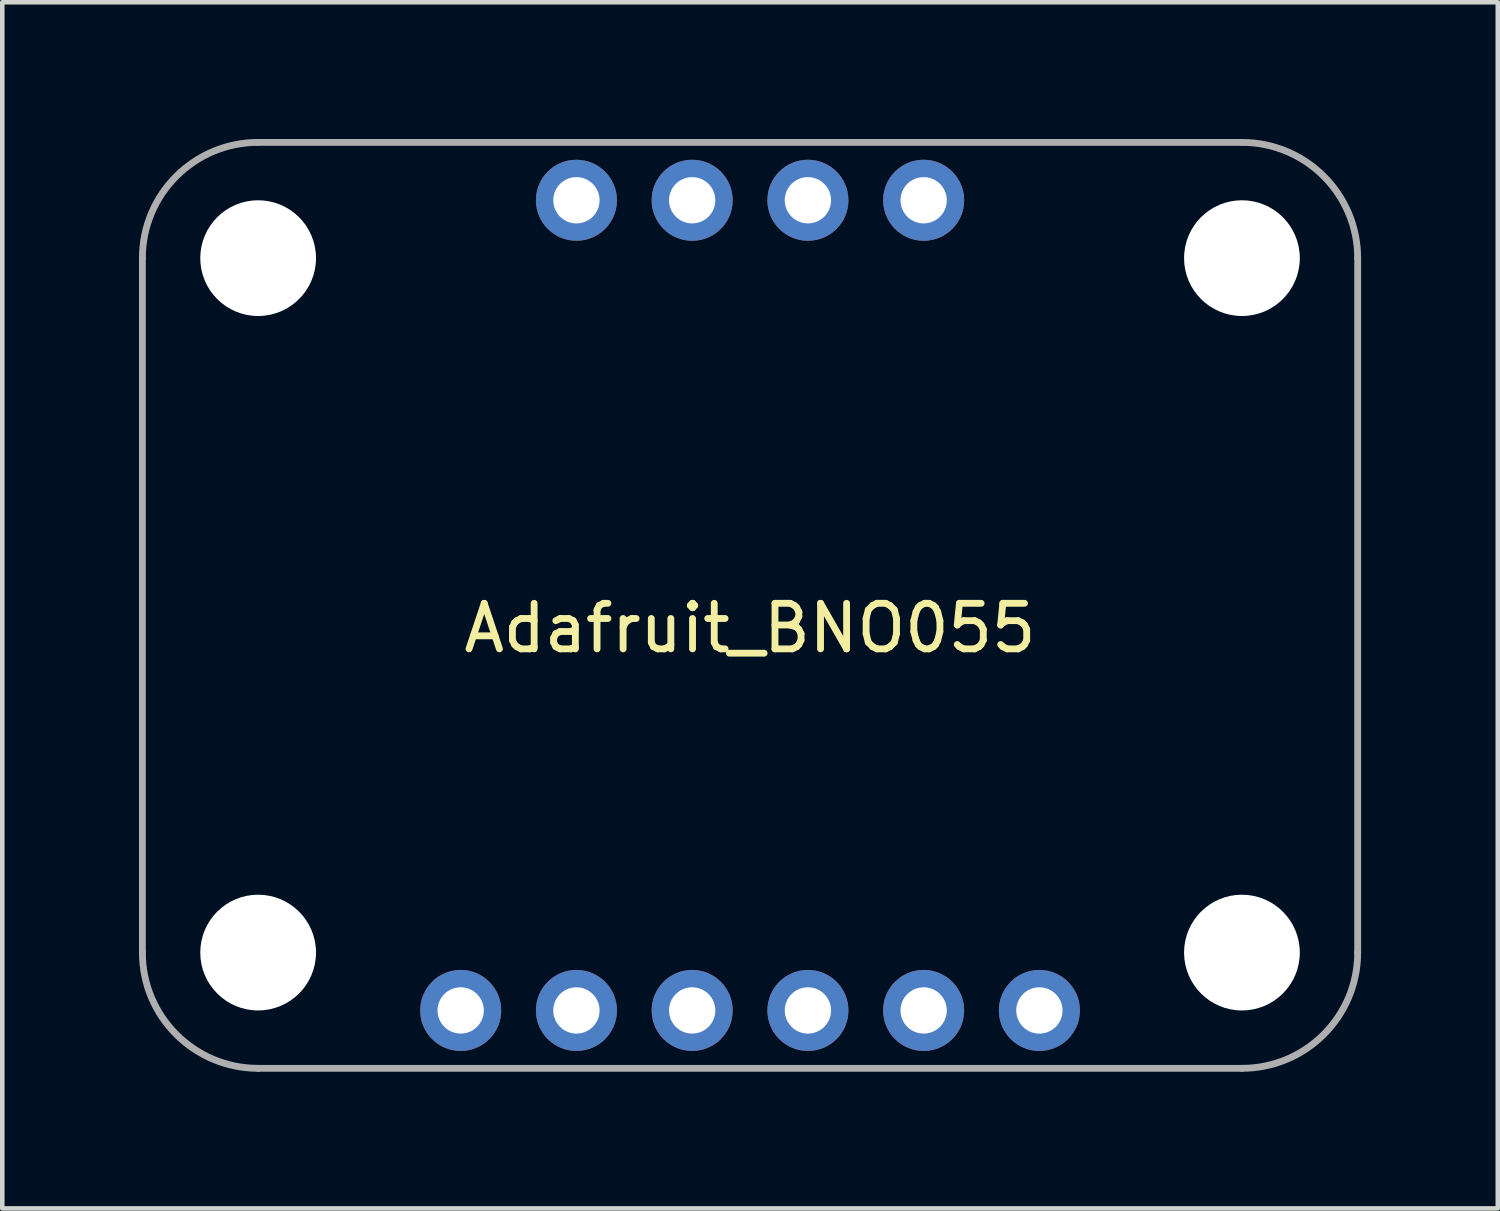
<source format=kicad_pcb>
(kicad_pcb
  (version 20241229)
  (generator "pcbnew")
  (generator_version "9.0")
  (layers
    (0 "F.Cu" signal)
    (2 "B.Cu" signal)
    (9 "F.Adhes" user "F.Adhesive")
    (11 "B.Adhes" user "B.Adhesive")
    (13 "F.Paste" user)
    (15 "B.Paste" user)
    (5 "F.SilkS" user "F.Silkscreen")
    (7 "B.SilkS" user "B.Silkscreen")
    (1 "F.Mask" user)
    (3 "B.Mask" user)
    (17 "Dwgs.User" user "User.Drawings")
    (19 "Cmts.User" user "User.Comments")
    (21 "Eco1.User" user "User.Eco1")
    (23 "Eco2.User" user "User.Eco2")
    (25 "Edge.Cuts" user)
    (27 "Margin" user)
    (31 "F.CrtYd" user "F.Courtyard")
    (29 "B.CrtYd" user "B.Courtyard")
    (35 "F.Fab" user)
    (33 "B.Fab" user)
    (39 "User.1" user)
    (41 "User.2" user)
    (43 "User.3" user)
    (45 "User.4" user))
  (footprint "Adafruit_BNO055"
    (layer "F.Cu")
    (at 13.41 10.235)
    (property "Reference" "Adafruit_BNO055" (at 0 0.5 0) (layer "F.SilkS") (effects (font (size 1 1) (thickness 0.15))))
    (attr through_hole)
    (fp_line (start -13.335 7.62) (end -13.335 -7.62) (stroke (width 0.15) (type solid)) (layer "F.Fab"))
    (fp_line (start -10.795 -10.16) (end 10.795 -10.16) (stroke (width 0.15) (type solid)) (layer "F.Fab"))
    (fp_line (start 10.795 10.16) (end -10.795 10.16) (stroke (width 0.15) (type solid)) (layer "F.Fab"))
    (fp_line (start 13.335 -7.62) (end 13.335 7.62) (stroke (width 0.15) (type solid)) (layer "F.Fab"))
    (fp_arc (start -13.335 -7.62) (mid -12.591051 -9.416051) (end -10.795 -10.16) (stroke (width 0.15) (type solid)) (layer "F.Fab"))
    (fp_arc (start -10.795 10.16) (mid -12.591051 9.416051) (end -13.335 7.62) (stroke (width 0.15) (type solid)) (layer "F.Fab"))
    (fp_arc (start 10.795 -10.16) (mid 12.591051 -9.416051) (end 13.335 -7.62) (stroke (width 0.15) (type solid)) (layer "F.Fab"))
    (fp_arc (start 13.335 7.62) (mid 12.591051 9.416051) (end 10.795 10.16) (stroke (width 0.15) (type solid)) (layer "F.Fab"))
    (pad "" np_thru_hole circle (at -10.795 -7.62) (size 2.54 2.54) (drill 2.54) (layers "*.Cu" "*.Mask"))
    (pad "" np_thru_hole circle (at -10.795 7.62) (size 2.54 2.54) (drill 2.54) (layers "*.Cu" "*.Mask"))
    (pad "" np_thru_hole circle (at 10.795 -7.62) (size 2.54 2.54) (drill 2.54) (layers "*.Cu" "*.Mask"))
    (pad "" np_thru_hole circle (at 10.795 7.62) (size 2.54 2.54) (drill 2.54) (layers "*.Cu" "*.Mask"))
    (pad "1" thru_hole circle (at -6.35 8.89) (size 1.778 1.778) (drill 1.016) (layers "*.Cu" "*.Mask"))
    (pad "2" thru_hole circle (at -3.81 8.89) (size 1.778 1.778) (drill 1.016) (layers "*.Cu" "*.Mask"))
    (pad "3" thru_hole circle (at -1.27 8.89) (size 1.778 1.778) (drill 1.016) (layers "*.Cu" "*.Mask"))
    (pad "4" thru_hole circle (at 1.27 8.89) (size 1.778 1.778) (drill 1.016) (layers "*.Cu" "*.Mask"))
    (pad "5" thru_hole circle (at 3.81 8.89) (size 1.778 1.778) (drill 1.016) (layers "*.Cu" "*.Mask"))
    (pad "6" thru_hole circle (at 6.35 8.89) (size 1.778 1.778) (drill 1.016) (layers "*.Cu" "*.Mask"))
    (pad "7" thru_hole circle (at 3.81 -8.89) (size 1.778 1.778) (drill 1.016) (layers "*.Cu" "*.Mask"))
    (pad "8" thru_hole circle (at 1.27 -8.89) (size 1.778 1.778) (drill 1.016) (layers "*.Cu" "*.Mask"))
    (pad "9" thru_hole circle (at -1.27 -8.89) (size 1.778 1.778) (drill 1.016) (layers "*.Cu" "*.Mask"))
    (pad "10" thru_hole circle (at -3.81 -8.89) (size 1.778 1.778) (drill 1.016) (layers "*.Cu" "*.Mask")))
  (gr_rect
    (start -3 -3)
    (end 29.82 23.47)
    (stroke (width 0.1) (type default))
    (fill no)
    (layer "Edge.Cuts")))
</source>
